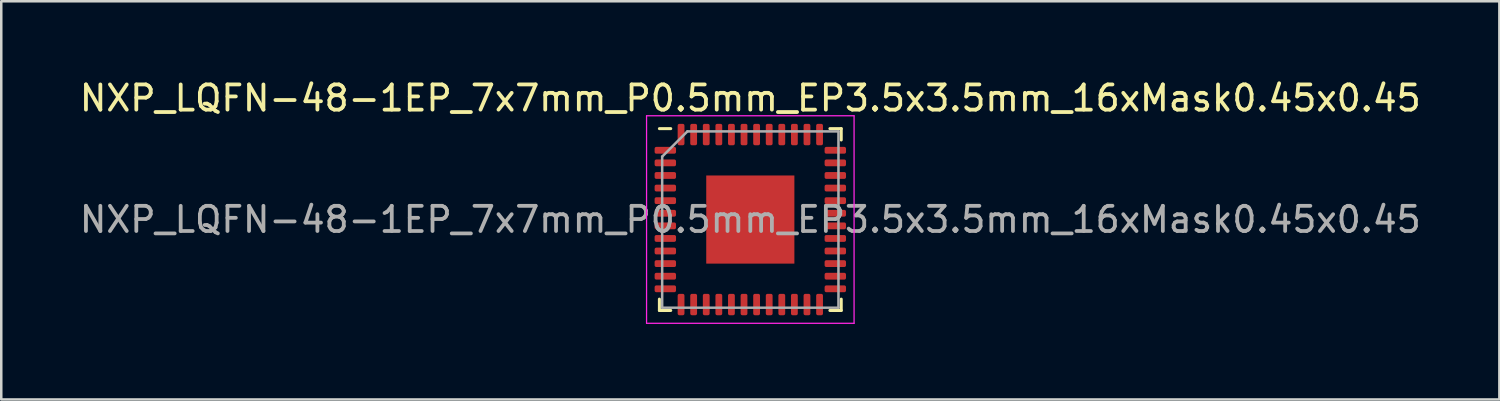
<source format=kicad_pcb>
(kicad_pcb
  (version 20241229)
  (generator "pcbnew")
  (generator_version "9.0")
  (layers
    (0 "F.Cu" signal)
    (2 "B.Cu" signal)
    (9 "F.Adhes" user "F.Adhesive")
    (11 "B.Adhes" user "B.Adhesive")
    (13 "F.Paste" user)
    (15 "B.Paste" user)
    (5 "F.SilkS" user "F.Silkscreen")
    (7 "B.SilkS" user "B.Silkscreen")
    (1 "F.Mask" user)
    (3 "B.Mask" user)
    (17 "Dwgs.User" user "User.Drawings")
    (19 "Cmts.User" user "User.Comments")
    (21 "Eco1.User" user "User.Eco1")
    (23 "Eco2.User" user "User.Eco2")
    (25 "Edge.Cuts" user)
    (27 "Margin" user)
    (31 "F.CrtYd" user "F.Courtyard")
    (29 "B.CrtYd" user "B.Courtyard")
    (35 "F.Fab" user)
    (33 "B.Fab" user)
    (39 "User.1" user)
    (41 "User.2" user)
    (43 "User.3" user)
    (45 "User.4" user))
  (footprint "NXP_LQFN-48-1EP_7x7mm_P0.5mm_EP3.5x3.5mm_16xMask0.45x0.45"
    (layer "F.Cu")
    (at 26.744 5.668)
    (property "Reference" "NXP_LQFN-48-1EP_7x7mm_P0.5mm_EP3.5x3.5mm_16xMask0.45x0.45" (at 0 -4.82 0) (layer "F.SilkS") (effects (font (size 1 1) (thickness 0.15))))
    (attr smd)
    (fp_line (start -3.61 3.61) (end -3.61 3.16) (stroke (width 0.12) (type solid)) (layer "F.SilkS"))
    (fp_line (start -3.16 -3.61) (end -3.61 -3.61) (stroke (width 0.12) (type solid)) (layer "F.SilkS"))
    (fp_line (start -3.16 3.61) (end -3.61 3.61) (stroke (width 0.12) (type solid)) (layer "F.SilkS"))
    (fp_line (start 3.16 -3.61) (end 3.61 -3.61) (stroke (width 0.12) (type solid)) (layer "F.SilkS"))
    (fp_line (start 3.16 3.61) (end 3.61 3.61) (stroke (width 0.12) (type solid)) (layer "F.SilkS"))
    (fp_line (start 3.61 -3.61) (end 3.61 -3.16) (stroke (width 0.12) (type solid)) (layer "F.SilkS"))
    (fp_line (start 3.61 3.61) (end 3.61 3.16) (stroke (width 0.12) (type solid)) (layer "F.SilkS"))
    (fp_line (start -4.12 -4.12) (end -4.12 4.12) (stroke (width 0.05) (type solid)) (layer "F.CrtYd"))
    (fp_line (start -4.12 4.12) (end 4.12 4.12) (stroke (width 0.05) (type solid)) (layer "F.CrtYd"))
    (fp_line (start 4.12 -4.12) (end -4.12 -4.12) (stroke (width 0.05) (type solid)) (layer "F.CrtYd"))
    (fp_line (start 4.12 4.12) (end 4.12 -4.12) (stroke (width 0.05) (type solid)) (layer "F.CrtYd"))
    (fp_line (start -3.5 -2.5) (end -2.5 -3.5) (stroke (width 0.1) (type solid)) (layer "F.Fab"))
    (fp_line (start -3.5 3.5) (end -3.5 -2.5) (stroke (width 0.1) (type solid)) (layer "F.Fab"))
    (fp_line (start -2.5 -3.5) (end 3.5 -3.5) (stroke (width 0.1) (type solid)) (layer "F.Fab"))
    (fp_line (start 3.5 -3.5) (end 3.5 3.5) (stroke (width 0.1) (type solid)) (layer "F.Fab"))
    (fp_line (start 3.5 3.5) (end -3.5 3.5) (stroke (width 0.1) (type solid)) (layer "F.Fab"))
    (fp_text user "${REFERENCE}" (at 0 0 0) (layer "F.Fab") (effects (font (size 1 1) (thickness 0.15))))
    (pad "" smd rect (at -1.5 -1.5) (size 0.45 0.45) (layers "F.Mask" "F.Paste"))
    (pad "" smd rect (at -1.5 -0.5) (size 0.45 0.45) (layers "F.Mask" "F.Paste"))
    (pad "" smd rect (at -1.5 0.5) (size 0.45 0.45) (layers "F.Mask" "F.Paste"))
    (pad "" smd rect (at -1.5 1.5) (size 0.45 0.45) (layers "F.Mask" "F.Paste"))
    (pad "" smd rect (at -0.5 -1.5) (size 0.45 0.45) (layers "F.Mask" "F.Paste"))
    (pad "" smd rect (at -0.5 -0.5) (size 0.45 0.45) (layers "F.Mask" "F.Paste"))
    (pad "" smd rect (at -0.5 0.5) (size 0.45 0.45) (layers "F.Mask" "F.Paste"))
    (pad "" smd rect (at -0.5 1.5) (size 0.45 0.45) (layers "F.Mask" "F.Paste"))
    (pad "" smd rect (at 0.5 -1.5) (size 0.45 0.45) (layers "F.Mask" "F.Paste"))
    (pad "" smd rect (at 0.5 -0.5) (size 0.45 0.45) (layers "F.Mask" "F.Paste"))
    (pad "" smd rect (at 0.5 0.5) (size 0.45 0.45) (layers "F.Mask" "F.Paste"))
    (pad "" smd rect (at 0.5 1.5) (size 0.45 0.45) (layers "F.Mask" "F.Paste"))
    (pad "" smd rect (at 1.5 -1.5) (size 0.45 0.45) (layers "F.Mask" "F.Paste"))
    (pad "" smd rect (at 1.5 -0.5) (size 0.45 0.45) (layers "F.Mask" "F.Paste"))
    (pad "" smd rect (at 1.5 0.5) (size 0.45 0.45) (layers "F.Mask" "F.Paste"))
    (pad "" smd rect (at 1.5 1.5) (size 0.45 0.45) (layers "F.Mask" "F.Paste"))
    (pad "1" smd roundrect (at -3.375 -2.75) (size 0.85 0.27) (layers "F.Cu" "F.Mask" "F.Paste") (roundrect_rratio 0.25))
    (pad "2" smd roundrect (at -3.375 -2.25) (size 0.85 0.27) (layers "F.Cu" "F.Mask" "F.Paste") (roundrect_rratio 0.25))
    (pad "3" smd roundrect (at -3.375 -1.75) (size 0.85 0.27) (layers "F.Cu" "F.Mask" "F.Paste") (roundrect_rratio 0.25))
    (pad "4" smd roundrect (at -3.375 -1.25) (size 0.85 0.27) (layers "F.Cu" "F.Mask" "F.Paste") (roundrect_rratio 0.25))
    (pad "5" smd roundrect (at -3.375 -0.75) (size 0.85 0.27) (layers "F.Cu" "F.Mask" "F.Paste") (roundrect_rratio 0.25))
    (pad "6" smd roundrect (at -3.375 -0.25) (size 0.85 0.27) (layers "F.Cu" "F.Mask" "F.Paste") (roundrect_rratio 0.25))
    (pad "7" smd roundrect (at -3.375 0.25) (size 0.85 0.27) (layers "F.Cu" "F.Mask" "F.Paste") (roundrect_rratio 0.25))
    (pad "8" smd roundrect (at -3.375 0.75) (size 0.85 0.27) (layers "F.Cu" "F.Mask" "F.Paste") (roundrect_rratio 0.25))
    (pad "9" smd roundrect (at -3.375 1.25) (size 0.85 0.27) (layers "F.Cu" "F.Mask" "F.Paste") (roundrect_rratio 0.25))
    (pad "10" smd roundrect (at -3.375 1.75) (size 0.85 0.27) (layers "F.Cu" "F.Mask" "F.Paste") (roundrect_rratio 0.25))
    (pad "11" smd roundrect (at -3.375 2.25) (size 0.85 0.27) (layers "F.Cu" "F.Mask" "F.Paste") (roundrect_rratio 0.25))
    (pad "12" smd roundrect (at -3.375 2.75) (size 0.85 0.27) (layers "F.Cu" "F.Mask" "F.Paste") (roundrect_rratio 0.25))
    (pad "13" smd roundrect (at -2.75 3.375) (size 0.27 0.85) (layers "F.Cu" "F.Mask" "F.Paste") (roundrect_rratio 0.25))
    (pad "14" smd roundrect (at -2.25 3.375) (size 0.27 0.85) (layers "F.Cu" "F.Mask" "F.Paste") (roundrect_rratio 0.25))
    (pad "15" smd roundrect (at -1.75 3.375) (size 0.27 0.85) (layers "F.Cu" "F.Mask" "F.Paste") (roundrect_rratio 0.25))
    (pad "16" smd roundrect (at -1.25 3.375) (size 0.27 0.85) (layers "F.Cu" "F.Mask" "F.Paste") (roundrect_rratio 0.25))
    (pad "17" smd roundrect (at -0.75 3.375) (size 0.27 0.85) (layers "F.Cu" "F.Mask" "F.Paste") (roundrect_rratio 0.25))
    (pad "18" smd roundrect (at -0.25 3.375) (size 0.27 0.85) (layers "F.Cu" "F.Mask" "F.Paste") (roundrect_rratio 0.25))
    (pad "19" smd roundrect (at 0.25 3.375) (size 0.27 0.85) (layers "F.Cu" "F.Mask" "F.Paste") (roundrect_rratio 0.25))
    (pad "20" smd roundrect (at 0.75 3.375) (size 0.27 0.85) (layers "F.Cu" "F.Mask" "F.Paste") (roundrect_rratio 0.25))
    (pad "21" smd roundrect (at 1.25 3.375) (size 0.27 0.85) (layers "F.Cu" "F.Mask" "F.Paste") (roundrect_rratio 0.25))
    (pad "22" smd roundrect (at 1.75 3.375) (size 0.27 0.85) (layers "F.Cu" "F.Mask" "F.Paste") (roundrect_rratio 0.25))
    (pad "23" smd roundrect (at 2.25 3.375) (size 0.27 0.85) (layers "F.Cu" "F.Mask" "F.Paste") (roundrect_rratio 0.25))
    (pad "24" smd roundrect (at 2.75 3.375) (size 0.27 0.85) (layers "F.Cu" "F.Mask" "F.Paste") (roundrect_rratio 0.25))
    (pad "25" smd roundrect (at 3.375 2.75) (size 0.85 0.27) (layers "F.Cu" "F.Mask" "F.Paste") (roundrect_rratio 0.25))
    (pad "26" smd roundrect (at 3.375 2.25) (size 0.85 0.27) (layers "F.Cu" "F.Mask" "F.Paste") (roundrect_rratio 0.25))
    (pad "27" smd roundrect (at 3.375 1.75) (size 0.85 0.27) (layers "F.Cu" "F.Mask" "F.Paste") (roundrect_rratio 0.25))
    (pad "28" smd roundrect (at 3.375 1.25) (size 0.85 0.27) (layers "F.Cu" "F.Mask" "F.Paste") (roundrect_rratio 0.25))
    (pad "29" smd roundrect (at 3.375 0.75) (size 0.85 0.27) (layers "F.Cu" "F.Mask" "F.Paste") (roundrect_rratio 0.25))
    (pad "30" smd roundrect (at 3.375 0.25) (size 0.85 0.27) (layers "F.Cu" "F.Mask" "F.Paste") (roundrect_rratio 0.25))
    (pad "31" smd roundrect (at 3.375 -0.25) (size 0.85 0.27) (layers "F.Cu" "F.Mask" "F.Paste") (roundrect_rratio 0.25))
    (pad "32" smd roundrect (at 3.375 -0.75) (size 0.85 0.27) (layers "F.Cu" "F.Mask" "F.Paste") (roundrect_rratio 0.25))
    (pad "33" smd roundrect (at 3.375 -1.25) (size 0.85 0.27) (layers "F.Cu" "F.Mask" "F.Paste") (roundrect_rratio 0.25))
    (pad "34" smd roundrect (at 3.375 -1.75) (size 0.85 0.27) (layers "F.Cu" "F.Mask" "F.Paste") (roundrect_rratio 0.25))
    (pad "35" smd roundrect (at 3.375 -2.25) (size 0.85 0.27) (layers "F.Cu" "F.Mask" "F.Paste") (roundrect_rratio 0.25))
    (pad "36" smd roundrect (at 3.375 -2.75) (size 0.85 0.27) (layers "F.Cu" "F.Mask" "F.Paste") (roundrect_rratio 0.25))
    (pad "37" smd roundrect (at 2.75 -3.375) (size 0.27 0.85) (layers "F.Cu" "F.Mask" "F.Paste") (roundrect_rratio 0.25))
    (pad "38" smd roundrect (at 2.25 -3.375) (size 0.27 0.85) (layers "F.Cu" "F.Mask" "F.Paste") (roundrect_rratio 0.25))
    (pad "39" smd roundrect (at 1.75 -3.375) (size 0.27 0.85) (layers "F.Cu" "F.Mask" "F.Paste") (roundrect_rratio 0.25))
    (pad "40" smd roundrect (at 1.25 -3.375) (size 0.27 0.85) (layers "F.Cu" "F.Mask" "F.Paste") (roundrect_rratio 0.25))
    (pad "41" smd roundrect (at 0.75 -3.375) (size 0.27 0.85) (layers "F.Cu" "F.Mask" "F.Paste") (roundrect_rratio 0.25))
    (pad "42" smd roundrect (at 0.25 -3.375) (size 0.27 0.85) (layers "F.Cu" "F.Mask" "F.Paste") (roundrect_rratio 0.25))
    (pad "43" smd roundrect (at -0.25 -3.375) (size 0.27 0.85) (layers "F.Cu" "F.Mask" "F.Paste") (roundrect_rratio 0.25))
    (pad "44" smd roundrect (at -0.75 -3.375) (size 0.27 0.85) (layers "F.Cu" "F.Mask" "F.Paste") (roundrect_rratio 0.25))
    (pad "45" smd roundrect (at -1.25 -3.375) (size 0.27 0.85) (layers "F.Cu" "F.Mask" "F.Paste") (roundrect_rratio 0.25))
    (pad "46" smd roundrect (at -1.75 -3.375) (size 0.27 0.85) (layers "F.Cu" "F.Mask" "F.Paste") (roundrect_rratio 0.25))
    (pad "47" smd roundrect (at -2.25 -3.375) (size 0.27 0.85) (layers "F.Cu" "F.Mask" "F.Paste") (roundrect_rratio 0.25))
    (pad "48" smd roundrect (at -2.75 -3.375) (size 0.27 0.85) (layers "F.Cu" "F.Mask" "F.Paste") (roundrect_rratio 0.25))
    (pad "49" smd rect (at 0 0) (size 3.5 3.5) (layers "F.Cu")))
  (gr_rect
    (start -3 -3)
    (end 56.488 12.813)
    (stroke (width 0.1) (type default))
    (fill no)
    (layer "Edge.Cuts")))
</source>
